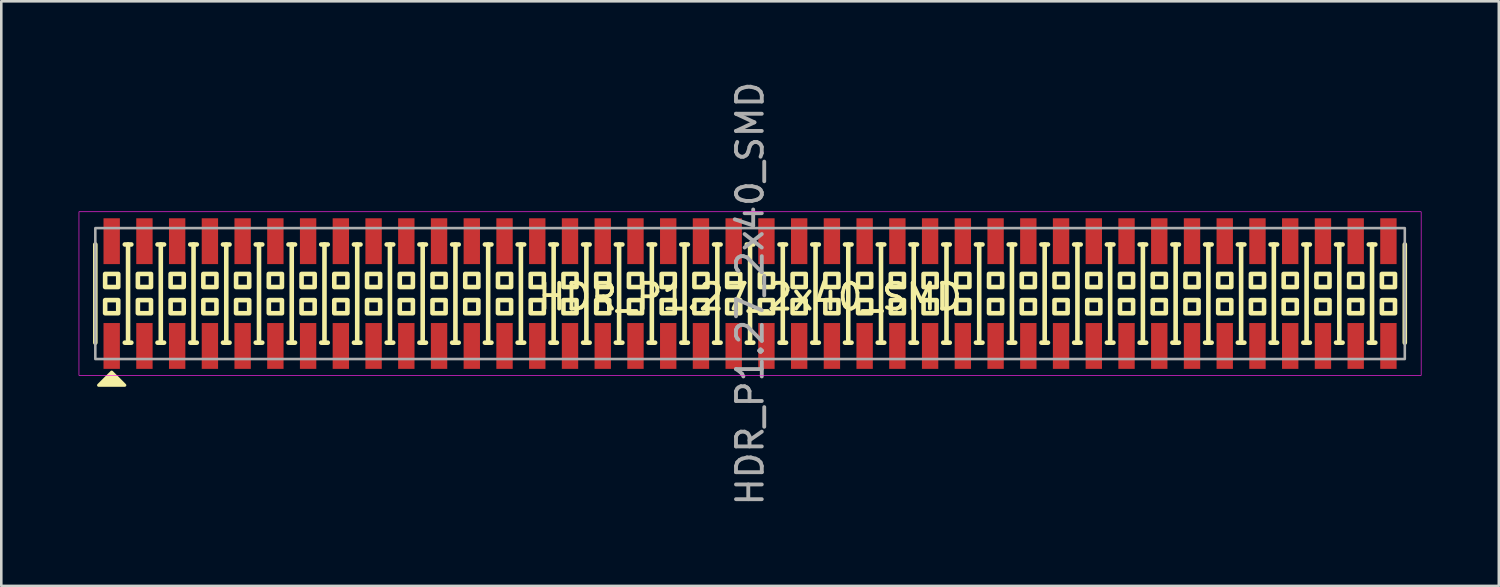
<source format=kicad_pcb>
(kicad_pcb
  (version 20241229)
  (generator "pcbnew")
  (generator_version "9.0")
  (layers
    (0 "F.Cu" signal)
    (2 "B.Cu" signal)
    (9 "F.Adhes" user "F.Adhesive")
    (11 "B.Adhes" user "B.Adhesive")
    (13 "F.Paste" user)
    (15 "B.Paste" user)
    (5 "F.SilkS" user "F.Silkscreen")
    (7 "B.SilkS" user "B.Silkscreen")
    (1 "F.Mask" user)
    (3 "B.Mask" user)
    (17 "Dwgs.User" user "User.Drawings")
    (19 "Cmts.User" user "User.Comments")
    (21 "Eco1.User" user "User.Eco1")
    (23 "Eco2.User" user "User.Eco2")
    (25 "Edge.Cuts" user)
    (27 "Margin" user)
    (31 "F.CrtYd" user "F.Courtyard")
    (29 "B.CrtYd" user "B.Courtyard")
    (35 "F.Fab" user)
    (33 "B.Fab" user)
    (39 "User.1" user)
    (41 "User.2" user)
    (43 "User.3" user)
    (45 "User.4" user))
  (footprint "HDR_P1.27_2x40_SMD"
    (layer "F.Cu")
    (at 26.048 8.339)
    (property "Reference" "HDR_P1.27_2x40_SMD" (at 0 0.127 0) (layer "F.SilkS") (effects (font (size 1 1) (thickness 0.15))))
    (attr smd)
    (fp_line (start -25.4 1.905) (end -25.4 -1.905) (stroke (width 0.178) (type solid)) (layer "F.SilkS"))
    (fp_line (start -24.257 -1.905) (end -24.003 -1.905) (stroke (width 0.178) (type solid)) (layer "F.SilkS"))
    (fp_line (start -24.257 1.905) (end -24.003 1.905) (stroke (width 0.178) (type solid)) (layer "F.SilkS"))
    (fp_line (start -24.13 1.905) (end -24.13 -1.905) (stroke (width 0.178) (type solid)) (layer "F.SilkS"))
    (fp_line (start -22.987 -1.905) (end -22.733 -1.905) (stroke (width 0.178) (type solid)) (layer "F.SilkS"))
    (fp_line (start -22.987 1.905) (end -22.733 1.905) (stroke (width 0.178) (type solid)) (layer "F.SilkS"))
    (fp_line (start -22.86 1.905) (end -22.86 -1.905) (stroke (width 0.178) (type solid)) (layer "F.SilkS"))
    (fp_line (start -21.717 -1.905) (end -21.463 -1.905) (stroke (width 0.178) (type solid)) (layer "F.SilkS"))
    (fp_line (start -21.717 1.905) (end -21.463 1.905) (stroke (width 0.178) (type solid)) (layer "F.SilkS"))
    (fp_line (start -21.59 1.905) (end -21.59 -1.905) (stroke (width 0.178) (type solid)) (layer "F.SilkS"))
    (fp_line (start -20.447 -1.905) (end -20.193 -1.905) (stroke (width 0.178) (type solid)) (layer "F.SilkS"))
    (fp_line (start -20.447 1.905) (end -20.193 1.905) (stroke (width 0.178) (type solid)) (layer "F.SilkS"))
    (fp_line (start -20.32 1.905) (end -20.32 -1.905) (stroke (width 0.178) (type solid)) (layer "F.SilkS"))
    (fp_line (start -19.177 -1.905) (end -18.923 -1.905) (stroke (width 0.178) (type solid)) (layer "F.SilkS"))
    (fp_line (start -19.177 1.905) (end -18.923 1.905) (stroke (width 0.178) (type solid)) (layer "F.SilkS"))
    (fp_line (start -19.05 1.905) (end -19.05 -1.905) (stroke (width 0.178) (type solid)) (layer "F.SilkS"))
    (fp_line (start -17.907 -1.905) (end -17.653 -1.905) (stroke (width 0.178) (type solid)) (layer "F.SilkS"))
    (fp_line (start -17.907 1.905) (end -17.653 1.905) (stroke (width 0.178) (type solid)) (layer "F.SilkS"))
    (fp_line (start -17.78 1.905) (end -17.78 -1.905) (stroke (width 0.178) (type solid)) (layer "F.SilkS"))
    (fp_line (start -16.637 -1.905) (end -16.383 -1.905) (stroke (width 0.178) (type solid)) (layer "F.SilkS"))
    (fp_line (start -16.637 1.905) (end -16.383 1.905) (stroke (width 0.178) (type solid)) (layer "F.SilkS"))
    (fp_line (start -16.51 1.905) (end -16.51 -1.905) (stroke (width 0.178) (type solid)) (layer "F.SilkS"))
    (fp_line (start -15.367 -1.905) (end -15.113 -1.905) (stroke (width 0.178) (type solid)) (layer "F.SilkS"))
    (fp_line (start -15.367 1.905) (end -15.113 1.905) (stroke (width 0.178) (type solid)) (layer "F.SilkS"))
    (fp_line (start -15.24 1.905) (end -15.24 -1.905) (stroke (width 0.178) (type solid)) (layer "F.SilkS"))
    (fp_line (start -14.097 -1.905) (end -13.843 -1.905) (stroke (width 0.178) (type solid)) (layer "F.SilkS"))
    (fp_line (start -14.097 1.905) (end -13.843 1.905) (stroke (width 0.178) (type solid)) (layer "F.SilkS"))
    (fp_line (start -13.97 1.905) (end -13.97 -1.905) (stroke (width 0.178) (type solid)) (layer "F.SilkS"))
    (fp_line (start -12.827 -1.905) (end -12.573 -1.905) (stroke (width 0.178) (type solid)) (layer "F.SilkS"))
    (fp_line (start -12.827 1.905) (end -12.573 1.905) (stroke (width 0.178) (type solid)) (layer "F.SilkS"))
    (fp_line (start -12.7 1.905) (end -12.7 -1.905) (stroke (width 0.178) (type solid)) (layer "F.SilkS"))
    (fp_line (start -11.557 -1.905) (end -11.303 -1.905) (stroke (width 0.178) (type solid)) (layer "F.SilkS"))
    (fp_line (start -11.557 1.905) (end -11.303 1.905) (stroke (width 0.178) (type solid)) (layer "F.SilkS"))
    (fp_line (start -11.43 1.905) (end -11.43 -1.905) (stroke (width 0.178) (type solid)) (layer "F.SilkS"))
    (fp_line (start -10.287 -1.905) (end -10.033 -1.905) (stroke (width 0.178) (type solid)) (layer "F.SilkS"))
    (fp_line (start -10.287 1.905) (end -10.033 1.905) (stroke (width 0.178) (type solid)) (layer "F.SilkS"))
    (fp_line (start -10.16 1.905) (end -10.16 -1.905) (stroke (width 0.178) (type solid)) (layer "F.SilkS"))
    (fp_line (start -9.017 -1.905) (end -8.763 -1.905) (stroke (width 0.178) (type solid)) (layer "F.SilkS"))
    (fp_line (start -9.017 1.905) (end -8.763 1.905) (stroke (width 0.178) (type solid)) (layer "F.SilkS"))
    (fp_line (start -8.89 1.905) (end -8.89 -1.905) (stroke (width 0.178) (type solid)) (layer "F.SilkS"))
    (fp_line (start -7.747 -1.905) (end -7.493 -1.905) (stroke (width 0.178) (type solid)) (layer "F.SilkS"))
    (fp_line (start -7.747 1.905) (end -7.493 1.905) (stroke (width 0.178) (type solid)) (layer "F.SilkS"))
    (fp_line (start -7.62 1.905) (end -7.62 -1.905) (stroke (width 0.178) (type solid)) (layer "F.SilkS"))
    (fp_line (start -6.477 -1.905) (end -6.223 -1.905) (stroke (width 0.178) (type solid)) (layer "F.SilkS"))
    (fp_line (start -6.477 1.905) (end -6.223 1.905) (stroke (width 0.178) (type solid)) (layer "F.SilkS"))
    (fp_line (start -6.35 1.905) (end -6.35 -1.905) (stroke (width 0.178) (type solid)) (layer "F.SilkS"))
    (fp_line (start -5.207 -1.905) (end -4.953 -1.905) (stroke (width 0.178) (type solid)) (layer "F.SilkS"))
    (fp_line (start -5.207 1.905) (end -4.953 1.905) (stroke (width 0.178) (type solid)) (layer "F.SilkS"))
    (fp_line (start -5.08 1.905) (end -5.08 -1.905) (stroke (width 0.178) (type solid)) (layer "F.SilkS"))
    (fp_line (start -3.937 -1.905) (end -3.683 -1.905) (stroke (width 0.178) (type solid)) (layer "F.SilkS"))
    (fp_line (start -3.937 1.905) (end -3.683 1.905) (stroke (width 0.178) (type solid)) (layer "F.SilkS"))
    (fp_line (start -3.81 1.905) (end -3.81 -1.905) (stroke (width 0.178) (type solid)) (layer "F.SilkS"))
    (fp_line (start -2.667 -1.905) (end -2.413 -1.905) (stroke (width 0.178) (type solid)) (layer "F.SilkS"))
    (fp_line (start -2.667 1.905) (end -2.413 1.905) (stroke (width 0.178) (type solid)) (layer "F.SilkS"))
    (fp_line (start -2.54 1.905) (end -2.54 -1.905) (stroke (width 0.178) (type solid)) (layer "F.SilkS"))
    (fp_line (start -1.397 -1.905) (end -1.143 -1.905) (stroke (width 0.178) (type solid)) (layer "F.SilkS"))
    (fp_line (start -1.397 1.905) (end -1.143 1.905) (stroke (width 0.178) (type solid)) (layer "F.SilkS"))
    (fp_line (start -1.27 1.905) (end -1.27 -1.905) (stroke (width 0.178) (type solid)) (layer "F.SilkS"))
    (fp_line (start -0.127 -1.905) (end 0.127 -1.905) (stroke (width 0.178) (type solid)) (layer "F.SilkS"))
    (fp_line (start -0.127 1.905) (end 0.127 1.905) (stroke (width 0.178) (type solid)) (layer "F.SilkS"))
    (fp_line (start 0 1.905) (end 0 -1.905) (stroke (width 0.178) (type solid)) (layer "F.SilkS"))
    (fp_line (start 1.143 -1.905) (end 1.397 -1.905) (stroke (width 0.178) (type solid)) (layer "F.SilkS"))
    (fp_line (start 1.143 1.905) (end 1.397 1.905) (stroke (width 0.178) (type solid)) (layer "F.SilkS"))
    (fp_line (start 1.27 1.905) (end 1.27 -1.905) (stroke (width 0.178) (type solid)) (layer "F.SilkS"))
    (fp_line (start 2.413 -1.905) (end 2.667 -1.905) (stroke (width 0.178) (type solid)) (layer "F.SilkS"))
    (fp_line (start 2.413 1.905) (end 2.667 1.905) (stroke (width 0.178) (type solid)) (layer "F.SilkS"))
    (fp_line (start 2.54 1.905) (end 2.54 -1.905) (stroke (width 0.178) (type solid)) (layer "F.SilkS"))
    (fp_line (start 3.683 -1.905) (end 3.937 -1.905) (stroke (width 0.178) (type solid)) (layer "F.SilkS"))
    (fp_line (start 3.683 1.905) (end 3.937 1.905) (stroke (width 0.178) (type solid)) (layer "F.SilkS"))
    (fp_line (start 3.81 1.905) (end 3.81 -1.905) (stroke (width 0.178) (type solid)) (layer "F.SilkS"))
    (fp_line (start 4.953 -1.905) (end 5.207 -1.905) (stroke (width 0.178) (type solid)) (layer "F.SilkS"))
    (fp_line (start 4.953 1.905) (end 5.207 1.905) (stroke (width 0.178) (type solid)) (layer "F.SilkS"))
    (fp_line (start 5.08 1.905) (end 5.08 -1.905) (stroke (width 0.178) (type solid)) (layer "F.SilkS"))
    (fp_line (start 6.223 -1.905) (end 6.477 -1.905) (stroke (width 0.178) (type solid)) (layer "F.SilkS"))
    (fp_line (start 6.223 1.905) (end 6.477 1.905) (stroke (width 0.178) (type solid)) (layer "F.SilkS"))
    (fp_line (start 6.35 1.905) (end 6.35 -1.905) (stroke (width 0.178) (type solid)) (layer "F.SilkS"))
    (fp_line (start 7.493 -1.905) (end 7.747 -1.905) (stroke (width 0.178) (type solid)) (layer "F.SilkS"))
    (fp_line (start 7.493 1.905) (end 7.747 1.905) (stroke (width 0.178) (type solid)) (layer "F.SilkS"))
    (fp_line (start 7.62 1.905) (end 7.62 -1.905) (stroke (width 0.178) (type solid)) (layer "F.SilkS"))
    (fp_line (start 8.763 -1.905) (end 9.017 -1.905) (stroke (width 0.178) (type solid)) (layer "F.SilkS"))
    (fp_line (start 8.763 1.905) (end 9.017 1.905) (stroke (width 0.178) (type solid)) (layer "F.SilkS"))
    (fp_line (start 8.89 1.905) (end 8.89 -1.905) (stroke (width 0.178) (type solid)) (layer "F.SilkS"))
    (fp_line (start 10.033 -1.905) (end 10.287 -1.905) (stroke (width 0.178) (type solid)) (layer "F.SilkS"))
    (fp_line (start 10.033 1.905) (end 10.287 1.905) (stroke (width 0.178) (type solid)) (layer "F.SilkS"))
    (fp_line (start 10.16 1.905) (end 10.16 -1.905) (stroke (width 0.178) (type solid)) (layer "F.SilkS"))
    (fp_line (start 11.303 -1.905) (end 11.557 -1.905) (stroke (width 0.178) (type solid)) (layer "F.SilkS"))
    (fp_line (start 11.303 1.905) (end 11.557 1.905) (stroke (width 0.178) (type solid)) (layer "F.SilkS"))
    (fp_line (start 11.43 1.905) (end 11.43 -1.905) (stroke (width 0.178) (type solid)) (layer "F.SilkS"))
    (fp_line (start 12.573 -1.905) (end 12.827 -1.905) (stroke (width 0.178) (type solid)) (layer "F.SilkS"))
    (fp_line (start 12.573 1.905) (end 12.827 1.905) (stroke (width 0.178) (type solid)) (layer "F.SilkS"))
    (fp_line (start 12.7 1.905) (end 12.7 -1.905) (stroke (width 0.178) (type solid)) (layer "F.SilkS"))
    (fp_line (start 13.843 -1.905) (end 14.097 -1.905) (stroke (width 0.178) (type solid)) (layer "F.SilkS"))
    (fp_line (start 13.843 1.905) (end 14.097 1.905) (stroke (width 0.178) (type solid)) (layer "F.SilkS"))
    (fp_line (start 13.97 1.905) (end 13.97 -1.905) (stroke (width 0.178) (type solid)) (layer "F.SilkS"))
    (fp_line (start 15.113 -1.905) (end 15.367 -1.905) (stroke (width 0.178) (type solid)) (layer "F.SilkS"))
    (fp_line (start 15.113 1.905) (end 15.367 1.905) (stroke (width 0.178) (type solid)) (layer "F.SilkS"))
    (fp_line (start 15.24 1.905) (end 15.24 -1.905) (stroke (width 0.178) (type solid)) (layer "F.SilkS"))
    (fp_line (start 16.383 -1.905) (end 16.637 -1.905) (stroke (width 0.178) (type solid)) (layer "F.SilkS"))
    (fp_line (start 16.383 1.905) (end 16.637 1.905) (stroke (width 0.178) (type solid)) (layer "F.SilkS"))
    (fp_line (start 16.51 1.905) (end 16.51 -1.905) (stroke (width 0.178) (type solid)) (layer "F.SilkS"))
    (fp_line (start 17.653 -1.905) (end 17.907 -1.905) (stroke (width 0.178) (type solid)) (layer "F.SilkS"))
    (fp_line (start 17.653 1.905) (end 17.907 1.905) (stroke (width 0.178) (type solid)) (layer "F.SilkS"))
    (fp_line (start 17.78 1.905) (end 17.78 -1.905) (stroke (width 0.178) (type solid)) (layer "F.SilkS"))
    (fp_line (start 18.923 -1.905) (end 19.177 -1.905) (stroke (width 0.178) (type solid)) (layer "F.SilkS"))
    (fp_line (start 18.923 1.905) (end 19.177 1.905) (stroke (width 0.178) (type solid)) (layer "F.SilkS"))
    (fp_line (start 19.05 1.905) (end 19.05 -1.905) (stroke (width 0.178) (type solid)) (layer "F.SilkS"))
    (fp_line (start 20.193 -1.905) (end 20.447 -1.905) (stroke (width 0.178) (type solid)) (layer "F.SilkS"))
    (fp_line (start 20.193 1.905) (end 20.447 1.905) (stroke (width 0.178) (type solid)) (layer "F.SilkS"))
    (fp_line (start 20.32 1.905) (end 20.32 -1.905) (stroke (width 0.178) (type solid)) (layer "F.SilkS"))
    (fp_line (start 21.463 -1.905) (end 21.717 -1.905) (stroke (width 0.178) (type solid)) (layer "F.SilkS"))
    (fp_line (start 21.463 1.905) (end 21.717 1.905) (stroke (width 0.178) (type solid)) (layer "F.SilkS"))
    (fp_line (start 21.59 1.905) (end 21.59 -1.905) (stroke (width 0.178) (type solid)) (layer "F.SilkS"))
    (fp_line (start 22.733 -1.905) (end 22.987 -1.905) (stroke (width 0.178) (type solid)) (layer "F.SilkS"))
    (fp_line (start 22.733 1.905) (end 22.987 1.905) (stroke (width 0.178) (type solid)) (layer "F.SilkS"))
    (fp_line (start 22.86 1.905) (end 22.86 -1.905) (stroke (width 0.178) (type solid)) (layer "F.SilkS"))
    (fp_line (start 24.003 -1.905) (end 24.257 -1.905) (stroke (width 0.178) (type solid)) (layer "F.SilkS"))
    (fp_line (start 24.003 1.905) (end 24.257 1.905) (stroke (width 0.178) (type solid)) (layer "F.SilkS"))
    (fp_line (start 24.13 1.905) (end 24.13 -1.905) (stroke (width 0.178) (type solid)) (layer "F.SilkS"))
    (fp_line (start 25.4 1.905) (end 25.4 -1.905) (stroke (width 0.178) (type solid)) (layer "F.SilkS"))
    (fp_rect (start -25.019 -0.762) (end -24.511 -0.254) (stroke (width 0.178) (type solid)) (fill no) (layer "F.SilkS"))
    (fp_rect (start -25.019 0.254) (end -24.511 0.762) (stroke (width 0.178) (type solid)) (fill no) (layer "F.SilkS"))
    (fp_rect (start -23.749 -0.762) (end -23.241 -0.254) (stroke (width 0.178) (type solid)) (fill no) (layer "F.SilkS"))
    (fp_rect (start -23.749 0.254) (end -23.241 0.762) (stroke (width 0.178) (type solid)) (fill no) (layer "F.SilkS"))
    (fp_rect (start -22.479 -0.762) (end -21.971 -0.254) (stroke (width 0.178) (type solid)) (fill no) (layer "F.SilkS"))
    (fp_rect (start -22.479 0.254) (end -21.971 0.762) (stroke (width 0.178) (type solid)) (fill no) (layer "F.SilkS"))
    (fp_rect (start -21.209 -0.762) (end -20.701 -0.254) (stroke (width 0.178) (type solid)) (fill no) (layer "F.SilkS"))
    (fp_rect (start -21.209 0.254) (end -20.701 0.762) (stroke (width 0.178) (type solid)) (fill no) (layer "F.SilkS"))
    (fp_rect (start -19.939 -0.762) (end -19.431 -0.254) (stroke (width 0.178) (type solid)) (fill no) (layer "F.SilkS"))
    (fp_rect (start -19.939 0.254) (end -19.431 0.762) (stroke (width 0.178) (type solid)) (fill no) (layer "F.SilkS"))
    (fp_rect (start -18.669 -0.762) (end -18.161 -0.254) (stroke (width 0.178) (type solid)) (fill no) (layer "F.SilkS"))
    (fp_rect (start -18.669 0.254) (end -18.161 0.762) (stroke (width 0.178) (type solid)) (fill no) (layer "F.SilkS"))
    (fp_rect (start -17.399 -0.762) (end -16.891 -0.254) (stroke (width 0.178) (type solid)) (fill no) (layer "F.SilkS"))
    (fp_rect (start -17.399 0.254) (end -16.891 0.762) (stroke (width 0.178) (type solid)) (fill no) (layer "F.SilkS"))
    (fp_rect (start -16.129 -0.762) (end -15.621 -0.254) (stroke (width 0.178) (type solid)) (fill no) (layer "F.SilkS"))
    (fp_rect (start -16.129 0.254) (end -15.621 0.762) (stroke (width 0.178) (type solid)) (fill no) (layer "F.SilkS"))
    (fp_rect (start -14.859 -0.762) (end -14.351 -0.254) (stroke (width 0.178) (type solid)) (fill no) (layer "F.SilkS"))
    (fp_rect (start -14.859 0.254) (end -14.351 0.762) (stroke (width 0.178) (type solid)) (fill no) (layer "F.SilkS"))
    (fp_rect (start -13.589 -0.762) (end -13.081 -0.254) (stroke (width 0.178) (type solid)) (fill no) (layer "F.SilkS"))
    (fp_rect (start -13.589 0.254) (end -13.081 0.762) (stroke (width 0.178) (type solid)) (fill no) (layer "F.SilkS"))
    (fp_rect (start -12.319 -0.762) (end -11.811 -0.254) (stroke (width 0.178) (type solid)) (fill no) (layer "F.SilkS"))
    (fp_rect (start -12.319 0.254) (end -11.811 0.762) (stroke (width 0.178) (type solid)) (fill no) (layer "F.SilkS"))
    (fp_rect (start -11.049 -0.762) (end -10.541 -0.254) (stroke (width 0.178) (type solid)) (fill no) (layer "F.SilkS"))
    (fp_rect (start -11.049 0.254) (end -10.541 0.762) (stroke (width 0.178) (type solid)) (fill no) (layer "F.SilkS"))
    (fp_rect (start -9.779 -0.762) (end -9.271 -0.254) (stroke (width 0.178) (type solid)) (fill no) (layer "F.SilkS"))
    (fp_rect (start -9.779 0.254) (end -9.271 0.762) (stroke (width 0.178) (type solid)) (fill no) (layer "F.SilkS"))
    (fp_rect (start -8.509 -0.762) (end -8.001 -0.254) (stroke (width 0.178) (type solid)) (fill no) (layer "F.SilkS"))
    (fp_rect (start -8.509 0.254) (end -8.001 0.762) (stroke (width 0.178) (type solid)) (fill no) (layer "F.SilkS"))
    (fp_rect (start -7.239 -0.762) (end -6.731 -0.254) (stroke (width 0.178) (type solid)) (fill no) (layer "F.SilkS"))
    (fp_rect (start -7.239 0.254) (end -6.731 0.762) (stroke (width 0.178) (type solid)) (fill no) (layer "F.SilkS"))
    (fp_rect (start -5.969 -0.762) (end -5.461 -0.254) (stroke (width 0.178) (type solid)) (fill no) (layer "F.SilkS"))
    (fp_rect (start -5.969 0.254) (end -5.461 0.762) (stroke (width 0.178) (type solid)) (fill no) (layer "F.SilkS"))
    (fp_rect (start -4.699 -0.762) (end -4.191 -0.254) (stroke (width 0.178) (type solid)) (fill no) (layer "F.SilkS"))
    (fp_rect (start -4.699 0.254) (end -4.191 0.762) (stroke (width 0.178) (type solid)) (fill no) (layer "F.SilkS"))
    (fp_rect (start -3.429 -0.762) (end -2.921 -0.254) (stroke (width 0.178) (type solid)) (fill no) (layer "F.SilkS"))
    (fp_rect (start -3.429 0.254) (end -2.921 0.762) (stroke (width 0.178) (type solid)) (fill no) (layer "F.SilkS"))
    (fp_rect (start -2.159 -0.762) (end -1.651 -0.254) (stroke (width 0.178) (type solid)) (fill no) (layer "F.SilkS"))
    (fp_rect (start -2.159 0.254) (end -1.651 0.762) (stroke (width 0.178) (type solid)) (fill no) (layer "F.SilkS"))
    (fp_rect (start -0.889 -0.762) (end -0.381 -0.254) (stroke (width 0.178) (type solid)) (fill no) (layer "F.SilkS"))
    (fp_rect (start -0.889 0.254) (end -0.381 0.762) (stroke (width 0.178) (type solid)) (fill no) (layer "F.SilkS"))
    (fp_rect (start 0.381 -0.762) (end 0.889 -0.254) (stroke (width 0.178) (type solid)) (fill no) (layer "F.SilkS"))
    (fp_rect (start 0.381 0.254) (end 0.889 0.762) (stroke (width 0.178) (type solid)) (fill no) (layer "F.SilkS"))
    (fp_rect (start 1.651 -0.762) (end 2.159 -0.254) (stroke (width 0.178) (type solid)) (fill no) (layer "F.SilkS"))
    (fp_rect (start 1.651 0.254) (end 2.159 0.762) (stroke (width 0.178) (type solid)) (fill no) (layer "F.SilkS"))
    (fp_rect (start 2.921 -0.762) (end 3.429 -0.254) (stroke (width 0.178) (type solid)) (fill no) (layer "F.SilkS"))
    (fp_rect (start 2.921 0.254) (end 3.429 0.762) (stroke (width 0.178) (type solid)) (fill no) (layer "F.SilkS"))
    (fp_rect (start 4.191 -0.762) (end 4.699 -0.254) (stroke (width 0.178) (type solid)) (fill no) (layer "F.SilkS"))
    (fp_rect (start 4.191 0.254) (end 4.699 0.762) (stroke (width 0.178) (type solid)) (fill no) (layer "F.SilkS"))
    (fp_rect (start 5.461 -0.762) (end 5.969 -0.254) (stroke (width 0.178) (type solid)) (fill no) (layer "F.SilkS"))
    (fp_rect (start 5.461 0.254) (end 5.969 0.762) (stroke (width 0.178) (type solid)) (fill no) (layer "F.SilkS"))
    (fp_rect (start 6.731 -0.762) (end 7.239 -0.254) (stroke (width 0.178) (type solid)) (fill no) (layer "F.SilkS"))
    (fp_rect (start 6.731 0.254) (end 7.239 0.762) (stroke (width 0.178) (type solid)) (fill no) (layer "F.SilkS"))
    (fp_rect (start 8.001 -0.762) (end 8.509 -0.254) (stroke (width 0.178) (type solid)) (fill no) (layer "F.SilkS"))
    (fp_rect (start 8.001 0.254) (end 8.509 0.762) (stroke (width 0.178) (type solid)) (fill no) (layer "F.SilkS"))
    (fp_rect (start 9.271 -0.762) (end 9.779 -0.254) (stroke (width 0.178) (type solid)) (fill no) (layer "F.SilkS"))
    (fp_rect (start 9.271 0.254) (end 9.779 0.762) (stroke (width 0.178) (type solid)) (fill no) (layer "F.SilkS"))
    (fp_rect (start 10.541 -0.762) (end 11.049 -0.254) (stroke (width 0.178) (type solid)) (fill no) (layer "F.SilkS"))
    (fp_rect (start 10.541 0.254) (end 11.049 0.762) (stroke (width 0.178) (type solid)) (fill no) (layer "F.SilkS"))
    (fp_rect (start 11.811 -0.762) (end 12.319 -0.254) (stroke (width 0.178) (type solid)) (fill no) (layer "F.SilkS"))
    (fp_rect (start 11.811 0.254) (end 12.319 0.762) (stroke (width 0.178) (type solid)) (fill no) (layer "F.SilkS"))
    (fp_rect (start 13.081 -0.762) (end 13.589 -0.254) (stroke (width 0.178) (type solid)) (fill no) (layer "F.SilkS"))
    (fp_rect (start 13.081 0.254) (end 13.589 0.762) (stroke (width 0.178) (type solid)) (fill no) (layer "F.SilkS"))
    (fp_rect (start 14.351 -0.762) (end 14.859 -0.254) (stroke (width 0.178) (type solid)) (fill no) (layer "F.SilkS"))
    (fp_rect (start 14.351 0.254) (end 14.859 0.762) (stroke (width 0.178) (type solid)) (fill no) (layer "F.SilkS"))
    (fp_rect (start 15.621 -0.762) (end 16.129 -0.254) (stroke (width 0.178) (type solid)) (fill no) (layer "F.SilkS"))
    (fp_rect (start 15.621 0.254) (end 16.129 0.762) (stroke (width 0.178) (type solid)) (fill no) (layer "F.SilkS"))
    (fp_rect (start 16.891 -0.762) (end 17.399 -0.254) (stroke (width 0.178) (type solid)) (fill no) (layer "F.SilkS"))
    (fp_rect (start 16.891 0.254) (end 17.399 0.762) (stroke (width 0.178) (type solid)) (fill no) (layer "F.SilkS"))
    (fp_rect (start 18.161 -0.762) (end 18.669 -0.254) (stroke (width 0.178) (type solid)) (fill no) (layer "F.SilkS"))
    (fp_rect (start 18.161 0.254) (end 18.669 0.762) (stroke (width 0.178) (type solid)) (fill no) (layer "F.SilkS"))
    (fp_rect (start 19.431 -0.762) (end 19.939 -0.254) (stroke (width 0.178) (type solid)) (fill no) (layer "F.SilkS"))
    (fp_rect (start 19.431 0.254) (end 19.939 0.762) (stroke (width 0.178) (type solid)) (fill no) (layer "F.SilkS"))
    (fp_rect (start 20.701 -0.762) (end 21.209 -0.254) (stroke (width 0.178) (type solid)) (fill no) (layer "F.SilkS"))
    (fp_rect (start 20.701 0.254) (end 21.209 0.762) (stroke (width 0.178) (type solid)) (fill no) (layer "F.SilkS"))
    (fp_rect (start 21.971 -0.762) (end 22.479 -0.254) (stroke (width 0.178) (type solid)) (fill no) (layer "F.SilkS"))
    (fp_rect (start 21.971 0.254) (end 22.479 0.762) (stroke (width 0.178) (type solid)) (fill no) (layer "F.SilkS"))
    (fp_rect (start 23.241 -0.762) (end 23.749 -0.254) (stroke (width 0.178) (type solid)) (fill no) (layer "F.SilkS"))
    (fp_rect (start 23.241 0.254) (end 23.749 0.762) (stroke (width 0.178) (type solid)) (fill no) (layer "F.SilkS"))
    (fp_rect (start 24.511 -0.762) (end 25.019 -0.254) (stroke (width 0.178) (type solid)) (fill no) (layer "F.SilkS"))
    (fp_rect (start 24.511 0.254) (end 25.019 0.762) (stroke (width 0.178) (type solid)) (fill no) (layer "F.SilkS"))
    (fp_poly (pts (xy -24.257 3.556) (xy -25.273 3.556) (xy -24.765 3.048)) (stroke (width 0.12) (type solid)) (fill yes) (layer "F.SilkS"))
    (fp_rect (start -26.035 -3.175) (end 26.035 3.175) (stroke (width 0.025) (type solid)) (fill no) (layer "F.CrtYd"))
    (fp_rect (start -25.4 -2.54) (end 25.4 2.54) (stroke (width 0.1) (type solid)) (fill no) (layer "F.Fab"))
    (fp_text user "${REFERENCE}" (at 0 0 90) (layer "F.Fab") (effects (font (size 1 1) (thickness 0.15))))
    (pad "1" smd rect (at -24.765 2.032) (size 0.635 1.778) (layers "F.Cu" "F.Mask" "F.Paste"))
    (pad "2" smd rect (at -24.765 -2.032) (size 0.635 1.778) (layers "F.Cu" "F.Mask" "F.Paste"))
    (pad "3" smd rect (at -23.495 2.032) (size 0.635 1.778) (layers "F.Cu" "F.Mask" "F.Paste"))
    (pad "4" smd rect (at -23.495 -2.032) (size 0.635 1.778) (layers "F.Cu" "F.Mask" "F.Paste"))
    (pad "5" smd rect (at -22.225 2.032) (size 0.635 1.778) (layers "F.Cu" "F.Mask" "F.Paste"))
    (pad "6" smd rect (at -22.225 -2.032) (size 0.635 1.778) (layers "F.Cu" "F.Mask" "F.Paste"))
    (pad "7" smd rect (at -20.955 2.032) (size 0.635 1.778) (layers "F.Cu" "F.Mask" "F.Paste"))
    (pad "8" smd rect (at -20.955 -2.032) (size 0.635 1.778) (layers "F.Cu" "F.Mask" "F.Paste"))
    (pad "9" smd rect (at -19.685 2.032) (size 0.635 1.778) (layers "F.Cu" "F.Mask" "F.Paste"))
    (pad "10" smd rect (at -19.685 -2.032) (size 0.635 1.778) (layers "F.Cu" "F.Mask" "F.Paste"))
    (pad "11" smd rect (at -18.415 2.032) (size 0.635 1.778) (layers "F.Cu" "F.Mask" "F.Paste"))
    (pad "12" smd rect (at -18.415 -2.032) (size 0.635 1.778) (layers "F.Cu" "F.Mask" "F.Paste"))
    (pad "13" smd rect (at -17.145 2.032) (size 0.635 1.778) (layers "F.Cu" "F.Mask" "F.Paste"))
    (pad "14" smd rect (at -17.145 -2.032) (size 0.635 1.778) (layers "F.Cu" "F.Mask" "F.Paste"))
    (pad "15" smd rect (at -15.875 2.032) (size 0.635 1.778) (layers "F.Cu" "F.Mask" "F.Paste"))
    (pad "16" smd rect (at -15.875 -2.032) (size 0.635 1.778) (layers "F.Cu" "F.Mask" "F.Paste"))
    (pad "17" smd rect (at -14.605 2.032) (size 0.635 1.778) (layers "F.Cu" "F.Mask" "F.Paste"))
    (pad "18" smd rect (at -14.605 -2.032) (size 0.635 1.778) (layers "F.Cu" "F.Mask" "F.Paste"))
    (pad "19" smd rect (at -13.335 2.032) (size 0.635 1.778) (layers "F.Cu" "F.Mask" "F.Paste"))
    (pad "20" smd rect (at -13.335 -2.032) (size 0.635 1.778) (layers "F.Cu" "F.Mask" "F.Paste"))
    (pad "21" smd rect (at -12.065 2.032) (size 0.635 1.778) (layers "F.Cu" "F.Mask" "F.Paste"))
    (pad "22" smd rect (at -12.065 -2.032) (size 0.635 1.778) (layers "F.Cu" "F.Mask" "F.Paste"))
    (pad "23" smd rect (at -10.795 2.032) (size 0.635 1.778) (layers "F.Cu" "F.Mask" "F.Paste"))
    (pad "24" smd rect (at -10.795 -2.032) (size 0.635 1.778) (layers "F.Cu" "F.Mask" "F.Paste"))
    (pad "25" smd rect (at -9.525 2.032) (size 0.635 1.778) (layers "F.Cu" "F.Mask" "F.Paste"))
    (pad "26" smd rect (at -9.525 -2.032) (size 0.635 1.778) (layers "F.Cu" "F.Mask" "F.Paste"))
    (pad "27" smd rect (at -8.255 2.032) (size 0.635 1.778) (layers "F.Cu" "F.Mask" "F.Paste"))
    (pad "28" smd rect (at -8.255 -2.032) (size 0.635 1.778) (layers "F.Cu" "F.Mask" "F.Paste"))
    (pad "29" smd rect (at -6.985 2.032) (size 0.635 1.778) (layers "F.Cu" "F.Mask" "F.Paste"))
    (pad "30" smd rect (at -6.985 -2.032) (size 0.635 1.778) (layers "F.Cu" "F.Mask" "F.Paste"))
    (pad "31" smd rect (at -5.715 2.032) (size 0.635 1.778) (layers "F.Cu" "F.Mask" "F.Paste"))
    (pad "32" smd rect (at -5.715 -2.032) (size 0.635 1.778) (layers "F.Cu" "F.Mask" "F.Paste"))
    (pad "33" smd rect (at -4.445 2.032) (size 0.635 1.778) (layers "F.Cu" "F.Mask" "F.Paste"))
    (pad "34" smd rect (at -4.445 -2.032) (size 0.635 1.778) (layers "F.Cu" "F.Mask" "F.Paste"))
    (pad "35" smd rect (at -3.175 2.032) (size 0.635 1.778) (layers "F.Cu" "F.Mask" "F.Paste"))
    (pad "36" smd rect (at -3.175 -2.032) (size 0.635 1.778) (layers "F.Cu" "F.Mask" "F.Paste"))
    (pad "37" smd rect (at -1.905 2.032) (size 0.635 1.778) (layers "F.Cu" "F.Mask" "F.Paste"))
    (pad "38" smd rect (at -1.905 -2.032) (size 0.635 1.778) (layers "F.Cu" "F.Mask" "F.Paste"))
    (pad "39" smd rect (at -0.635 2.032) (size 0.635 1.778) (layers "F.Cu" "F.Mask" "F.Paste"))
    (pad "40" smd rect (at -0.635 -2.032) (size 0.635 1.778) (layers "F.Cu" "F.Mask" "F.Paste"))
    (pad "41" smd rect (at 0.635 2.032) (size 0.635 1.778) (layers "F.Cu" "F.Mask" "F.Paste"))
    (pad "42" smd rect (at 0.635 -2.032) (size 0.635 1.778) (layers "F.Cu" "F.Mask" "F.Paste"))
    (pad "43" smd rect (at 1.905 2.032) (size 0.635 1.778) (layers "F.Cu" "F.Mask" "F.Paste"))
    (pad "44" smd rect (at 1.905 -2.032) (size 0.635 1.778) (layers "F.Cu" "F.Mask" "F.Paste"))
    (pad "45" smd rect (at 3.175 2.032) (size 0.635 1.778) (layers "F.Cu" "F.Mask" "F.Paste"))
    (pad "46" smd rect (at 3.175 -2.032) (size 0.635 1.778) (layers "F.Cu" "F.Mask" "F.Paste"))
    (pad "47" smd rect (at 4.445 2.032) (size 0.635 1.778) (layers "F.Cu" "F.Mask" "F.Paste"))
    (pad "48" smd rect (at 4.445 -2.032) (size 0.635 1.778) (layers "F.Cu" "F.Mask" "F.Paste"))
    (pad "49" smd rect (at 5.715 2.032) (size 0.635 1.778) (layers "F.Cu" "F.Mask" "F.Paste"))
    (pad "50" smd rect (at 5.715 -2.032) (size 0.635 1.778) (layers "F.Cu" "F.Mask" "F.Paste"))
    (pad "51" smd rect (at 6.985 2.032) (size 0.635 1.778) (layers "F.Cu" "F.Mask" "F.Paste"))
    (pad "52" smd rect (at 6.985 -2.032) (size 0.635 1.778) (layers "F.Cu" "F.Mask" "F.Paste"))
    (pad "53" smd rect (at 8.255 2.032) (size 0.635 1.778) (layers "F.Cu" "F.Mask" "F.Paste"))
    (pad "54" smd rect (at 8.255 -2.032) (size 0.635 1.778) (layers "F.Cu" "F.Mask" "F.Paste"))
    (pad "55" smd rect (at 9.525 2.032) (size 0.635 1.778) (layers "F.Cu" "F.Mask" "F.Paste"))
    (pad "56" smd rect (at 9.525 -2.032) (size 0.635 1.778) (layers "F.Cu" "F.Mask" "F.Paste"))
    (pad "57" smd rect (at 10.795 2.032) (size 0.635 1.778) (layers "F.Cu" "F.Mask" "F.Paste"))
    (pad "58" smd rect (at 10.795 -2.032) (size 0.635 1.778) (layers "F.Cu" "F.Mask" "F.Paste"))
    (pad "59" smd rect (at 12.065 2.032) (size 0.635 1.778) (layers "F.Cu" "F.Mask" "F.Paste"))
    (pad "60" smd rect (at 12.065 -2.032) (size 0.635 1.778) (layers "F.Cu" "F.Mask" "F.Paste"))
    (pad "61" smd rect (at 13.335 2.032) (size 0.635 1.778) (layers "F.Cu" "F.Mask" "F.Paste"))
    (pad "62" smd rect (at 13.335 -2.032) (size 0.635 1.778) (layers "F.Cu" "F.Mask" "F.Paste"))
    (pad "63" smd rect (at 14.605 2.032) (size 0.635 1.778) (layers "F.Cu" "F.Mask" "F.Paste"))
    (pad "64" smd rect (at 14.605 -2.032) (size 0.635 1.778) (layers "F.Cu" "F.Mask" "F.Paste"))
    (pad "65" smd rect (at 15.875 2.032) (size 0.635 1.778) (layers "F.Cu" "F.Mask" "F.Paste"))
    (pad "66" smd rect (at 15.875 -2.032) (size 0.635 1.778) (layers "F.Cu" "F.Mask" "F.Paste"))
    (pad "67" smd rect (at 17.145 2.032) (size 0.635 1.778) (layers "F.Cu" "F.Mask" "F.Paste"))
    (pad "68" smd rect (at 17.145 -2.032) (size 0.635 1.778) (layers "F.Cu" "F.Mask" "F.Paste"))
    (pad "69" smd rect (at 18.415 2.032) (size 0.635 1.778) (layers "F.Cu" "F.Mask" "F.Paste"))
    (pad "70" smd rect (at 18.415 -2.032) (size 0.635 1.778) (layers "F.Cu" "F.Mask" "F.Paste"))
    (pad "71" smd rect (at 19.685 2.032) (size 0.635 1.778) (layers "F.Cu" "F.Mask" "F.Paste"))
    (pad "72" smd rect (at 19.685 -2.032) (size 0.635 1.778) (layers "F.Cu" "F.Mask" "F.Paste"))
    (pad "73" smd rect (at 20.955 2.032) (size 0.635 1.778) (layers "F.Cu" "F.Mask" "F.Paste"))
    (pad "74" smd rect (at 20.955 -2.032) (size 0.635 1.778) (layers "F.Cu" "F.Mask" "F.Paste"))
    (pad "75" smd rect (at 22.225 2.032) (size 0.635 1.778) (layers "F.Cu" "F.Mask" "F.Paste"))
    (pad "76" smd rect (at 22.225 -2.032) (size 0.635 1.778) (layers "F.Cu" "F.Mask" "F.Paste"))
    (pad "77" smd rect (at 23.495 2.032) (size 0.635 1.778) (layers "F.Cu" "F.Mask" "F.Paste"))
    (pad "78" smd rect (at 23.495 -2.032) (size 0.635 1.778) (layers "F.Cu" "F.Mask" "F.Paste"))
    (pad "79" smd rect (at 24.765 2.032) (size 0.635 1.778) (layers "F.Cu" "F.Mask" "F.Paste"))
    (pad "80" smd rect (at 24.765 -2.032) (size 0.635 1.778) (layers "F.Cu" "F.Mask" "F.Paste")))
  (gr_rect
    (start -3 -3)
    (end 55.095 19.679)
    (stroke (width 0.1) (type default))
    (fill no)
    (layer "Edge.Cuts")))
</source>
